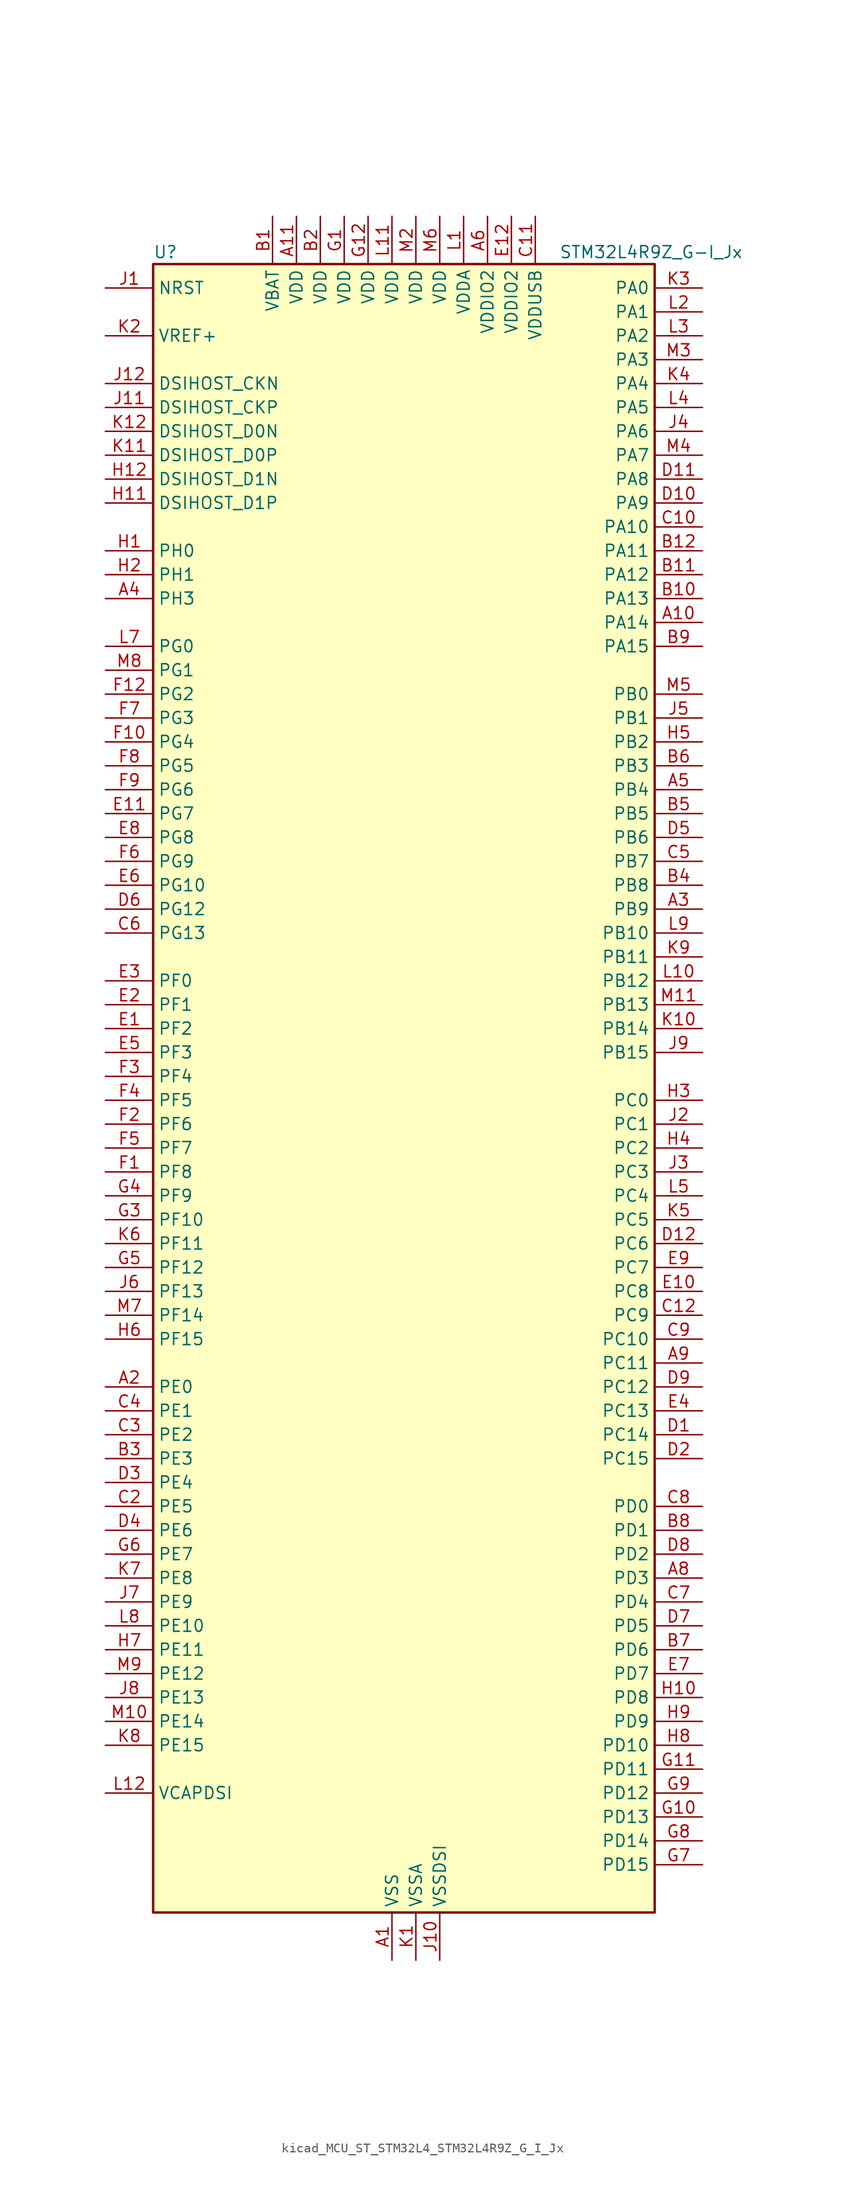
<source format=kicad_sym>
(kicad_symbol_lib
  (version 20220914)
  (generator kicad_symbol_editor)
  (symbol "kicad_MCU_ST_STM32L4_STM32L4R9Z_G_I_Jx"
    (property "Reference" "U"
      (at -25.4 90.17 0)
      (effects (font (size 1.27 1.27)) (justify left)))
    (property "Value" "STM32L4R9Z_G-I_Jx"
      (at 17.78 90.17 0)
      (effects (font (size 1.27 1.27)) (justify left)))
    (property "ki_locked" ""
      (at 0 0 0)
      (effects (font (size 1.27 1.27))))
    (symbol "kicad_MCU_ST_STM32L4_STM32L4R9Z_G_I_Jx_0_1"
      (rectangle (start -25.4 -86.36) (end 27.94 88.9) (stroke (width 0.254) (type default)) (fill (type background))))
    (symbol "kicad_MCU_ST_STM32L4_STM32L4R9Z_G_I_Jx_1_1"
      (pin power_in line (at 0 -91.44 90) (length 5.08) (name "VSS" (effects (font (size 1.27 1.27)))) (number "A1" (effects (font (size 1.27 1.27)))))
      (pin bidirectional line (at 33.02 50.8 180) (length 5.08) (name "PA14" (effects (font (size 1.27 1.27)))) (number "A10" (effects (font (size 1.27 1.27)))) (alternate "I2C1_SMBA" bidirectional line) (alternate "I2C4_SMBA" bidirectional line) (alternate "LPTIM1_OUT" bidirectional line) (alternate "SAI1_FS_B" bidirectional line) (alternate "SYS_JTCK-SWCLK" bidirectional line) (alternate "USB_OTG_FS_SOF" bidirectional line))
      (pin power_in line (at -10.16 93.98 270) (length 5.08) (name "VDD" (effects (font (size 1.27 1.27)))) (number "A11" (effects (font (size 1.27 1.27)))))
      (pin passive line (at 0 -91.44 90) (length 5.08) hide (name "VSS" (effects (font (size 1.27 1.27)))) (number "A12" (effects (font (size 1.27 1.27)))))
      (pin bidirectional line (at -30.48 -30.48 0) (length 5.08) (name "PE0" (effects (font (size 1.27 1.27)))) (number "A2" (effects (font (size 1.27 1.27)))) (alternate "DCMI_D2" bidirectional line) (alternate "FMC_NBL0" bidirectional line) (alternate "LTDC_HSYNC" bidirectional line) (alternate "TIM16_CH1" bidirectional line) (alternate "TIM4_ETR" bidirectional line))
      (pin bidirectional line (at 33.02 20.32 180) (length 5.08) (name "PB9" (effects (font (size 1.27 1.27)))) (number "A3" (effects (font (size 1.27 1.27)))) (alternate "CAN1_TX" bidirectional line) (alternate "DAC1_EXTI9" bidirectional line) (alternate "DCMI_D7" bidirectional line) (alternate "DFSDM1_CKIN6" bidirectional line) (alternate "I2C1_SDA" bidirectional line) (alternate "IR_OUT" bidirectional line) (alternate "SAI1_D2" bidirectional line) (alternate "SAI1_FS_A" bidirectional line) (alternate "SDMMC1_CDIR" bidirectional line) (alternate "SDMMC1_D5" bidirectional line) (alternate "SPI2_NSS" bidirectional line) (alternate "TIM17_CH1" bidirectional line) (alternate "TIM4_CH4" bidirectional line))
      (pin bidirectional line (at -30.48 53.34 0) (length 5.08) (name "PH3" (effects (font (size 1.27 1.27)))) (number "A4" (effects (font (size 1.27 1.27)))))
      (pin bidirectional line (at 33.02 33.02 180) (length 5.08) (name "PB4" (effects (font (size 1.27 1.27)))) (number "A5" (effects (font (size 1.27 1.27)))) (alternate "COMP2_INP" bidirectional line) (alternate "DCMI_D12" bidirectional line) (alternate "I2C3_SDA" bidirectional line) (alternate "SAI1_MCLK_B" bidirectional line) (alternate "SPI1_MISO" bidirectional line) (alternate "SPI3_MISO" bidirectional line) (alternate "SYS_JTRST" bidirectional line) (alternate "TIM17_BKIN" bidirectional line) (alternate "TIM3_CH1" bidirectional line) (alternate "TSC_G2_IO1" bidirectional line) (alternate "UART5_DE" bidirectional line) (alternate "UART5_RTS" bidirectional line) (alternate "USART1_CTS" bidirectional line) (alternate "USART1_NSS" bidirectional line))
      (pin power_in line (at 10.16 93.98 270) (length 5.08) (name "VDDIO2" (effects (font (size 1.27 1.27)))) (number "A6" (effects (font (size 1.27 1.27)))))
      (pin passive line (at 0 -91.44 90) (length 5.08) hide (name "VSS" (effects (font (size 1.27 1.27)))) (number "A7" (effects (font (size 1.27 1.27)))))
      (pin bidirectional line (at 33.02 -50.8 180) (length 5.08) (name "PD3" (effects (font (size 1.27 1.27)))) (number "A8" (effects (font (size 1.27 1.27)))) (alternate "DCMI_D5" bidirectional line) (alternate "DFSDM1_DATIN0" bidirectional line) (alternate "FMC_CLK" bidirectional line) (alternate "LTDC_CLK" bidirectional line) (alternate "OCTOSPIM_P2_NCS" bidirectional line) (alternate "SPI2_MISO" bidirectional line) (alternate "SPI2_SCK" bidirectional line) (alternate "USART2_CTS" bidirectional line) (alternate "USART2_NSS" bidirectional line))
      (pin bidirectional line (at 33.02 -27.94 180) (length 5.08) (name "PC11" (effects (font (size 1.27 1.27)))) (number "A9" (effects (font (size 1.27 1.27)))) (alternate "ADC1_EXTI11" bidirectional line) (alternate "DCMI_D2" bidirectional line) (alternate "DCMI_D4" bidirectional line) (alternate "OCTOSPIM_P1_NCS" bidirectional line) (alternate "SAI2_MCLK_B" bidirectional line) (alternate "SDMMC1_D3" bidirectional line) (alternate "SPI3_MISO" bidirectional line) (alternate "TSC_G3_IO3" bidirectional line) (alternate "UART4_RX" bidirectional line) (alternate "USART3_RX" bidirectional line))
      (pin power_in line (at -12.7 93.98 270) (length 5.08) (name "VBAT" (effects (font (size 1.27 1.27)))) (number "B1" (effects (font (size 1.27 1.27)))))
      (pin bidirectional line (at 33.02 53.34 180) (length 5.08) (name "PA13" (effects (font (size 1.27 1.27)))) (number "B10" (effects (font (size 1.27 1.27)))) (alternate "IR_OUT" bidirectional line) (alternate "SAI1_SD_B" bidirectional line) (alternate "SYS_JTMS-SWDIO" bidirectional line) (alternate "USB_OTG_FS_NOE" bidirectional line))
      (pin bidirectional line (at 33.02 55.88 180) (length 5.08) (name "PA12" (effects (font (size 1.27 1.27)))) (number "B11" (effects (font (size 1.27 1.27)))) (alternate "CAN1_TX" bidirectional line) (alternate "SPI1_MOSI" bidirectional line) (alternate "TIM1_ETR" bidirectional line) (alternate "USART1_DE" bidirectional line) (alternate "USART1_RTS" bidirectional line) (alternate "USB_OTG_FS_DP" bidirectional line))
      (pin bidirectional line (at 33.02 58.42 180) (length 5.08) (name "PA11" (effects (font (size 1.27 1.27)))) (number "B12" (effects (font (size 1.27 1.27)))) (alternate "ADC1_EXTI11" bidirectional line) (alternate "CAN1_RX" bidirectional line) (alternate "SPI1_MISO" bidirectional line) (alternate "TIM1_BKIN2" bidirectional line) (alternate "TIM1_CH4" bidirectional line) (alternate "USART1_CTS" bidirectional line) (alternate "USART1_NSS" bidirectional line) (alternate "USB_OTG_FS_DM" bidirectional line))
      (pin power_in line (at -7.62 93.98 270) (length 5.08) (name "VDD" (effects (font (size 1.27 1.27)))) (number "B2" (effects (font (size 1.27 1.27)))))
      (pin bidirectional line (at -30.48 -38.1 0) (length 5.08) (name "PE3" (effects (font (size 1.27 1.27)))) (number "B3" (effects (font (size 1.27 1.27)))) (alternate "FMC_A19" bidirectional line) (alternate "LTDC_R1" bidirectional line) (alternate "OCTOSPIM_P1_DQS" bidirectional line) (alternate "SAI1_SD_B" bidirectional line) (alternate "SYS_TRACED0" bidirectional line) (alternate "TIM3_CH1" bidirectional line) (alternate "TSC_G7_IO2" bidirectional line))
      (pin bidirectional line (at 33.02 22.86 180) (length 5.08) (name "PB8" (effects (font (size 1.27 1.27)))) (number "B4" (effects (font (size 1.27 1.27)))) (alternate "CAN1_RX" bidirectional line) (alternate "DCMI_D6" bidirectional line) (alternate "DFSDM1_CKOUT" bidirectional line) (alternate "DFSDM1_DATIN6" bidirectional line) (alternate "I2C1_SCL" bidirectional line) (alternate "LTDC_B1" bidirectional line) (alternate "SAI1_CK1" bidirectional line) (alternate "SAI1_MCLK_A" bidirectional line) (alternate "SDMMC1_CKIN" bidirectional line) (alternate "SDMMC1_D4" bidirectional line) (alternate "TIM16_CH1" bidirectional line) (alternate "TIM4_CH3" bidirectional line))
      (pin bidirectional line (at 33.02 30.48 180) (length 5.08) (name "PB5" (effects (font (size 1.27 1.27)))) (number "B5" (effects (font (size 1.27 1.27)))) (alternate "COMP2_OUT" bidirectional line) (alternate "DCMI_D10" bidirectional line) (alternate "I2C1_SMBA" bidirectional line) (alternate "LPTIM1_IN1" bidirectional line) (alternate "SAI1_SD_B" bidirectional line) (alternate "SPI1_MOSI" bidirectional line) (alternate "SPI3_MOSI" bidirectional line) (alternate "TIM16_BKIN" bidirectional line) (alternate "TIM3_CH2" bidirectional line) (alternate "TSC_G2_IO2" bidirectional line) (alternate "UART5_CTS" bidirectional line) (alternate "USART1_CK" bidirectional line))
      (pin bidirectional line (at 33.02 35.56 180) (length 5.08) (name "PB3" (effects (font (size 1.27 1.27)))) (number "B6" (effects (font (size 1.27 1.27)))) (alternate "COMP2_INM" bidirectional line) (alternate "CRS_SYNC" bidirectional line) (alternate "SAI1_SCK_B" bidirectional line) (alternate "SPI1_SCK" bidirectional line) (alternate "SPI3_SCK" bidirectional line) (alternate "SYS_JTDO-SWO" bidirectional line) (alternate "TIM2_CH2" bidirectional line) (alternate "USART1_DE" bidirectional line) (alternate "USART1_RTS" bidirectional line))
      (pin bidirectional line (at 33.02 -58.42 180) (length 5.08) (name "PD6" (effects (font (size 1.27 1.27)))) (number "B7" (effects (font (size 1.27 1.27)))) (alternate "DCMI_D10" bidirectional line) (alternate "DFSDM1_DATIN1" bidirectional line) (alternate "FMC_NWAIT" bidirectional line) (alternate "LTDC_DE" bidirectional line) (alternate "OCTOSPIM_P1_IO6" bidirectional line) (alternate "SAI1_D1" bidirectional line) (alternate "SAI1_SD_A" bidirectional line) (alternate "SPI3_MOSI" bidirectional line) (alternate "USART2_RX" bidirectional line))
      (pin bidirectional line (at 33.02 -45.72 180) (length 5.08) (name "PD1" (effects (font (size 1.27 1.27)))) (number "B8" (effects (font (size 1.27 1.27)))) (alternate "CAN1_TX" bidirectional line) (alternate "DFSDM1_CKIN7" bidirectional line) (alternate "FMC_D3" bidirectional line) (alternate "FMC_DA3" bidirectional line) (alternate "LTDC_B5" bidirectional line) (alternate "SPI2_SCK" bidirectional line))
      (pin bidirectional line (at 33.02 48.26 180) (length 5.08) (name "PA15" (effects (font (size 1.27 1.27)))) (number "B9" (effects (font (size 1.27 1.27)))) (alternate "ADC1_EXTI15" bidirectional line) (alternate "SAI2_FS_B" bidirectional line) (alternate "SPI1_NSS" bidirectional line) (alternate "SPI3_NSS" bidirectional line) (alternate "SYS_JTDI" bidirectional line) (alternate "TIM2_CH1" bidirectional line) (alternate "TIM2_ETR" bidirectional line) (alternate "TSC_G3_IO1" bidirectional line) (alternate "UART4_DE" bidirectional line) (alternate "UART4_RTS" bidirectional line) (alternate "USART2_RX" bidirectional line) (alternate "USART3_DE" bidirectional line) (alternate "USART3_RTS" bidirectional line))
      (pin passive line (at 0 -91.44 90) (length 5.08) hide (name "VSS" (effects (font (size 1.27 1.27)))) (number "C1" (effects (font (size 1.27 1.27)))))
      (pin bidirectional line (at 33.02 60.96 180) (length 5.08) (name "PA10" (effects (font (size 1.27 1.27)))) (number "C10" (effects (font (size 1.27 1.27)))) (alternate "DCMI_D1" bidirectional line) (alternate "SAI1_D1" bidirectional line) (alternate "SAI1_SD_A" bidirectional line) (alternate "TIM17_BKIN" bidirectional line) (alternate "TIM1_CH3" bidirectional line) (alternate "USART1_RX" bidirectional line) (alternate "USB_OTG_FS_ID" bidirectional line))
      (pin power_in line (at 15.24 93.98 270) (length 5.08) (name "VDDUSB" (effects (font (size 1.27 1.27)))) (number "C11" (effects (font (size 1.27 1.27)))))
      (pin bidirectional line (at 33.02 -22.86 180) (length 5.08) (name "PC9" (effects (font (size 1.27 1.27)))) (number "C12" (effects (font (size 1.27 1.27)))) (alternate "DAC1_EXTI9" bidirectional line) (alternate "DCMI_D3" bidirectional line) (alternate "I2C3_SDA" bidirectional line) (alternate "SAI2_EXTCLK" bidirectional line) (alternate "SDMMC1_D1" bidirectional line) (alternate "SYS_TRACED0" bidirectional line) (alternate "TIM3_CH4" bidirectional line) (alternate "TIM8_BKIN2" bidirectional line) (alternate "TIM8_CH4" bidirectional line) (alternate "TSC_G4_IO4" bidirectional line) (alternate "USB_OTG_FS_NOE" bidirectional line))
      (pin bidirectional line (at -30.48 -43.18 0) (length 5.08) (name "PE5" (effects (font (size 1.27 1.27)))) (number "C2" (effects (font (size 1.27 1.27)))) (alternate "DCMI_D6" bidirectional line) (alternate "DFSDM1_CKIN3" bidirectional line) (alternate "FMC_A21" bidirectional line) (alternate "LTDC_G0" bidirectional line) (alternate "SAI1_CK2" bidirectional line) (alternate "SAI1_SCK_A" bidirectional line) (alternate "SYS_TRACED2" bidirectional line) (alternate "TIM3_CH3" bidirectional line) (alternate "TSC_G7_IO4" bidirectional line))
      (pin bidirectional line (at -30.48 -35.56 0) (length 5.08) (name "PE2" (effects (font (size 1.27 1.27)))) (number "C3" (effects (font (size 1.27 1.27)))) (alternate "FMC_A23" bidirectional line) (alternate "LTDC_R0" bidirectional line) (alternate "SAI1_CK1" bidirectional line) (alternate "SAI1_MCLK_A" bidirectional line) (alternate "SYS_TRACECLK" bidirectional line) (alternate "TIM3_ETR" bidirectional line) (alternate "TSC_G7_IO1" bidirectional line))
      (pin bidirectional line (at -30.48 -33.02 0) (length 5.08) (name "PE1" (effects (font (size 1.27 1.27)))) (number "C4" (effects (font (size 1.27 1.27)))) (alternate "DCMI_D3" bidirectional line) (alternate "FMC_NBL1" bidirectional line) (alternate "LTDC_VSYNC" bidirectional line) (alternate "TIM17_CH1" bidirectional line))
      (pin bidirectional line (at 33.02 25.4 180) (length 5.08) (name "PB7" (effects (font (size 1.27 1.27)))) (number "C5" (effects (font (size 1.27 1.27)))) (alternate "COMP2_INM" bidirectional line) (alternate "DCMI_VSYNC" bidirectional line) (alternate "DFSDM1_CKIN5" bidirectional line) (alternate "DSIHOST_TE" bidirectional line) (alternate "FMC_NL" bidirectional line) (alternate "I2C1_SDA" bidirectional line) (alternate "I2C4_SDA" bidirectional line) (alternate "LPTIM1_IN2" bidirectional line) (alternate "SYS_PVD_IN" bidirectional line) (alternate "TIM17_CH1N" bidirectional line) (alternate "TIM4_CH2" bidirectional line) (alternate "TIM8_BKIN" bidirectional line) (alternate "TSC_G2_IO4" bidirectional line) (alternate "UART4_CTS" bidirectional line) (alternate "USART1_RX" bidirectional line))
      (pin bidirectional line (at -30.48 17.78 0) (length 5.08) (name "PG13" (effects (font (size 1.27 1.27)))) (number "C6" (effects (font (size 1.27 1.27)))) (alternate "FMC_A24" bidirectional line) (alternate "I2C1_SDA" bidirectional line) (alternate "LTDC_R0" bidirectional line) (alternate "USART1_CK" bidirectional line))
      (pin bidirectional line (at 33.02 -53.34 180) (length 5.08) (name "PD4" (effects (font (size 1.27 1.27)))) (number "C7" (effects (font (size 1.27 1.27)))) (alternate "DFSDM1_CKIN0" bidirectional line) (alternate "FMC_NOE" bidirectional line) (alternate "OCTOSPIM_P1_IO4" bidirectional line) (alternate "SPI2_MOSI" bidirectional line) (alternate "USART2_DE" bidirectional line) (alternate "USART2_RTS" bidirectional line))
      (pin bidirectional line (at 33.02 -43.18 180) (length 5.08) (name "PD0" (effects (font (size 1.27 1.27)))) (number "C8" (effects (font (size 1.27 1.27)))) (alternate "CAN1_RX" bidirectional line) (alternate "DFSDM1_DATIN7" bidirectional line) (alternate "FMC_D2" bidirectional line) (alternate "FMC_DA2" bidirectional line) (alternate "LTDC_B4" bidirectional line) (alternate "SPI2_NSS" bidirectional line))
      (pin bidirectional line (at 33.02 -25.4 180) (length 5.08) (name "PC10" (effects (font (size 1.27 1.27)))) (number "C9" (effects (font (size 1.27 1.27)))) (alternate "DCMI_D8" bidirectional line) (alternate "SAI2_SCK_B" bidirectional line) (alternate "SDMMC1_D2" bidirectional line) (alternate "SPI3_SCK" bidirectional line) (alternate "SYS_TRACED1" bidirectional line) (alternate "TSC_G3_IO2" bidirectional line) (alternate "UART4_TX" bidirectional line) (alternate "USART3_TX" bidirectional line))
      (pin bidirectional line (at 33.02 -35.56 180) (length 5.08) (name "PC14" (effects (font (size 1.27 1.27)))) (number "D1" (effects (font (size 1.27 1.27)))) (alternate "RCC_OSC32_IN" bidirectional line))
      (pin bidirectional line (at 33.02 63.5 180) (length 5.08) (name "PA9" (effects (font (size 1.27 1.27)))) (number "D10" (effects (font (size 1.27 1.27)))) (alternate "DAC1_EXTI9" bidirectional line) (alternate "DCMI_D0" bidirectional line) (alternate "SAI1_FS_A" bidirectional line) (alternate "SPI2_SCK" bidirectional line) (alternate "TIM15_BKIN" bidirectional line) (alternate "TIM1_CH2" bidirectional line) (alternate "USART1_TX" bidirectional line) (alternate "USB_OTG_FS_VBUS" bidirectional line))
      (pin bidirectional line (at 33.02 66.04 180) (length 5.08) (name "PA8" (effects (font (size 1.27 1.27)))) (number "D11" (effects (font (size 1.27 1.27)))) (alternate "LPTIM2_OUT" bidirectional line) (alternate "RCC_MCO" bidirectional line) (alternate "SAI1_CK2" bidirectional line) (alternate "SAI1_SCK_A" bidirectional line) (alternate "TIM1_CH1" bidirectional line) (alternate "USART1_CK" bidirectional line) (alternate "USB_OTG_FS_SOF" bidirectional line))
      (pin bidirectional line (at 33.02 -15.24 180) (length 5.08) (name "PC6" (effects (font (size 1.27 1.27)))) (number "D12" (effects (font (size 1.27 1.27)))) (alternate "DCMI_D0" bidirectional line) (alternate "DFSDM1_CKIN3" bidirectional line) (alternate "LTDC_R0" bidirectional line) (alternate "SAI2_MCLK_A" bidirectional line) (alternate "SDMMC1_D0DIR" bidirectional line) (alternate "SDMMC1_D6" bidirectional line) (alternate "TIM3_CH1" bidirectional line) (alternate "TIM8_CH1" bidirectional line) (alternate "TSC_G4_IO1" bidirectional line))
      (pin bidirectional line (at 33.02 -38.1 180) (length 5.08) (name "PC15" (effects (font (size 1.27 1.27)))) (number "D2" (effects (font (size 1.27 1.27)))) (alternate "ADC1_EXTI15" bidirectional line) (alternate "RCC_OSC32_OUT" bidirectional line))
      (pin bidirectional line (at -30.48 -40.64 0) (length 5.08) (name "PE4" (effects (font (size 1.27 1.27)))) (number "D3" (effects (font (size 1.27 1.27)))) (alternate "DCMI_D4" bidirectional line) (alternate "DFSDM1_DATIN3" bidirectional line) (alternate "FMC_A20" bidirectional line) (alternate "LTDC_B0" bidirectional line) (alternate "SAI1_D2" bidirectional line) (alternate "SAI1_FS_A" bidirectional line) (alternate "SYS_TRACED1" bidirectional line) (alternate "TIM3_CH2" bidirectional line) (alternate "TSC_G7_IO3" bidirectional line))
      (pin bidirectional line (at -30.48 -45.72 0) (length 5.08) (name "PE6" (effects (font (size 1.27 1.27)))) (number "D4" (effects (font (size 1.27 1.27)))) (alternate "DCMI_D7" bidirectional line) (alternate "FMC_A22" bidirectional line) (alternate "LTDC_G1" bidirectional line) (alternate "RTC_TAMP3" bidirectional line) (alternate "SAI1_D1" bidirectional line) (alternate "SAI1_SD_A" bidirectional line) (alternate "SYS_TRACED3" bidirectional line) (alternate "SYS_WKUP3" bidirectional line) (alternate "TIM3_CH4" bidirectional line))
      (pin bidirectional line (at 33.02 27.94 180) (length 5.08) (name "PB6" (effects (font (size 1.27 1.27)))) (number "D5" (effects (font (size 1.27 1.27)))) (alternate "COMP2_INP" bidirectional line) (alternate "DCMI_D5" bidirectional line) (alternate "DFSDM1_DATIN5" bidirectional line) (alternate "I2C1_SCL" bidirectional line) (alternate "I2C4_SCL" bidirectional line) (alternate "LPTIM1_ETR" bidirectional line) (alternate "SAI1_FS_B" bidirectional line) (alternate "TIM16_CH1N" bidirectional line) (alternate "TIM4_CH1" bidirectional line) (alternate "TIM8_BKIN2" bidirectional line) (alternate "TSC_G2_IO3" bidirectional line) (alternate "USART1_TX" bidirectional line))
      (pin bidirectional line (at -30.48 20.32 0) (length 5.08) (name "PG12" (effects (font (size 1.27 1.27)))) (number "D6" (effects (font (size 1.27 1.27)))) (alternate "FMC_NE4" bidirectional line) (alternate "LPTIM1_ETR" bidirectional line) (alternate "OCTOSPIM_P2_NCS" bidirectional line) (alternate "SAI2_SD_A" bidirectional line) (alternate "SPI3_NSS" bidirectional line) (alternate "USART1_DE" bidirectional line) (alternate "USART1_RTS" bidirectional line))
      (pin bidirectional line (at 33.02 -55.88 180) (length 5.08) (name "PD5" (effects (font (size 1.27 1.27)))) (number "D7" (effects (font (size 1.27 1.27)))) (alternate "FMC_NWE" bidirectional line) (alternate "OCTOSPIM_P1_IO5" bidirectional line) (alternate "USART2_TX" bidirectional line))
      (pin bidirectional line (at 33.02 -48.26 180) (length 5.08) (name "PD2" (effects (font (size 1.27 1.27)))) (number "D8" (effects (font (size 1.27 1.27)))) (alternate "DCMI_D11" bidirectional line) (alternate "SDMMC1_CMD" bidirectional line) (alternate "SYS_TRACED2" bidirectional line) (alternate "TIM3_ETR" bidirectional line) (alternate "TSC_SYNC" bidirectional line) (alternate "UART5_RX" bidirectional line) (alternate "USART3_DE" bidirectional line) (alternate "USART3_RTS" bidirectional line))
      (pin bidirectional line (at 33.02 -30.48 180) (length 5.08) (name "PC12" (effects (font (size 1.27 1.27)))) (number "D9" (effects (font (size 1.27 1.27)))) (alternate "DCMI_D9" bidirectional line) (alternate "SAI2_SD_B" bidirectional line) (alternate "SDMMC1_CK" bidirectional line) (alternate "SPI3_MOSI" bidirectional line) (alternate "SYS_TRACED3" bidirectional line) (alternate "TSC_G3_IO4" bidirectional line) (alternate "UART5_TX" bidirectional line) (alternate "USART3_CK" bidirectional line))
      (pin bidirectional line (at -30.48 7.62 0) (length 5.08) (name "PF2" (effects (font (size 1.27 1.27)))) (number "E1" (effects (font (size 1.27 1.27)))) (alternate "FMC_A2" bidirectional line) (alternate "I2C2_SMBA" bidirectional line) (alternate "OCTOSPIM_P2_IO2" bidirectional line))
      (pin bidirectional line (at 33.02 -20.32 180) (length 5.08) (name "PC8" (effects (font (size 1.27 1.27)))) (number "E10" (effects (font (size 1.27 1.27)))) (alternate "DCMI_D2" bidirectional line) (alternate "SDMMC1_D0" bidirectional line) (alternate "TIM3_CH3" bidirectional line) (alternate "TIM8_CH3" bidirectional line) (alternate "TSC_G4_IO3" bidirectional line))
      (pin bidirectional line (at -30.48 30.48 0) (length 5.08) (name "PG7" (effects (font (size 1.27 1.27)))) (number "E11" (effects (font (size 1.27 1.27)))) (alternate "DFSDM1_CKOUT" bidirectional line) (alternate "FMC_INT" bidirectional line) (alternate "I2C3_SCL" bidirectional line) (alternate "LPUART1_TX" bidirectional line) (alternate "OCTOSPIM_P2_DQS" bidirectional line) (alternate "SAI1_CK1" bidirectional line) (alternate "SAI1_MCLK_A" bidirectional line))
      (pin power_in line (at 12.7 93.98 270) (length 5.08) (name "VDDIO2" (effects (font (size 1.27 1.27)))) (number "E12" (effects (font (size 1.27 1.27)))))
      (pin bidirectional line (at -30.48 10.16 0) (length 5.08) (name "PF1" (effects (font (size 1.27 1.27)))) (number "E2" (effects (font (size 1.27 1.27)))) (alternate "FMC_A1" bidirectional line) (alternate "I2C2_SCL" bidirectional line) (alternate "OCTOSPIM_P2_IO1" bidirectional line))
      (pin bidirectional line (at -30.48 12.7 0) (length 5.08) (name "PF0" (effects (font (size 1.27 1.27)))) (number "E3" (effects (font (size 1.27 1.27)))) (alternate "FMC_A0" bidirectional line) (alternate "I2C2_SDA" bidirectional line) (alternate "OCTOSPIM_P2_IO0" bidirectional line))
      (pin bidirectional line (at 33.02 -33.02 180) (length 5.08) (name "PC13" (effects (font (size 1.27 1.27)))) (number "E4" (effects (font (size 1.27 1.27)))) (alternate "RTC_OUT_ALARM" bidirectional line) (alternate "RTC_OUT_CALIB" bidirectional line) (alternate "RTC_TAMP1" bidirectional line) (alternate "RTC_TS" bidirectional line) (alternate "SYS_WKUP2" bidirectional line))
      (pin bidirectional line (at -30.48 5.08 0) (length 5.08) (name "PF3" (effects (font (size 1.27 1.27)))) (number "E5" (effects (font (size 1.27 1.27)))) (alternate "FMC_A3" bidirectional line) (alternate "OCTOSPIM_P2_IO3" bidirectional line))
      (pin bidirectional line (at -30.48 22.86 0) (length 5.08) (name "PG10" (effects (font (size 1.27 1.27)))) (number "E6" (effects (font (size 1.27 1.27)))) (alternate "FMC_NE3" bidirectional line) (alternate "LPTIM1_IN1" bidirectional line) (alternate "OCTOSPIM_P2_IO7" bidirectional line) (alternate "SAI2_FS_A" bidirectional line) (alternate "SPI3_MISO" bidirectional line) (alternate "TIM15_CH1" bidirectional line) (alternate "USART1_RX" bidirectional line))
      (pin bidirectional line (at 33.02 -60.96 180) (length 5.08) (name "PD7" (effects (font (size 1.27 1.27)))) (number "E7" (effects (font (size 1.27 1.27)))) (alternate "DFSDM1_CKIN1" bidirectional line) (alternate "FMC_NCE" bidirectional line) (alternate "FMC_NE1" bidirectional line) (alternate "OCTOSPIM_P1_IO7" bidirectional line) (alternate "USART2_CK" bidirectional line))
      (pin bidirectional line (at -30.48 27.94 0) (length 5.08) (name "PG8" (effects (font (size 1.27 1.27)))) (number "E8" (effects (font (size 1.27 1.27)))) (alternate "I2C3_SDA" bidirectional line) (alternate "LPUART1_RX" bidirectional line))
      (pin bidirectional line (at 33.02 -17.78 180) (length 5.08) (name "PC7" (effects (font (size 1.27 1.27)))) (number "E9" (effects (font (size 1.27 1.27)))) (alternate "DCMI_D1" bidirectional line) (alternate "DFSDM1_DATIN3" bidirectional line) (alternate "LTDC_R1" bidirectional line) (alternate "SAI2_MCLK_B" bidirectional line) (alternate "SDMMC1_D123DIR" bidirectional line) (alternate "SDMMC1_D7" bidirectional line) (alternate "TIM3_CH2" bidirectional line) (alternate "TIM8_CH2" bidirectional line) (alternate "TSC_G4_IO2" bidirectional line))
      (pin bidirectional line (at -30.48 -7.62 0) (length 5.08) (name "PF8" (effects (font (size 1.27 1.27)))) (number "F1" (effects (font (size 1.27 1.27)))) (alternate "OCTOSPIM_P1_IO0" bidirectional line) (alternate "SAI1_SCK_B" bidirectional line) (alternate "TIM5_CH3" bidirectional line))
      (pin bidirectional line (at -30.48 38.1 0) (length 5.08) (name "PG4" (effects (font (size 1.27 1.27)))) (number "F10" (effects (font (size 1.27 1.27)))) (alternate "FMC_A14" bidirectional line) (alternate "SAI2_MCLK_B" bidirectional line) (alternate "SPI1_MOSI" bidirectional line))
      (pin passive line (at 0 -91.44 90) (length 5.08) hide (name "VSS" (effects (font (size 1.27 1.27)))) (number "F11" (effects (font (size 1.27 1.27)))))
      (pin bidirectional line (at -30.48 43.18 0) (length 5.08) (name "PG2" (effects (font (size 1.27 1.27)))) (number "F12" (effects (font (size 1.27 1.27)))) (alternate "FMC_A12" bidirectional line) (alternate "SAI2_SCK_B" bidirectional line) (alternate "SPI1_SCK" bidirectional line))
      (pin bidirectional line (at -30.48 -2.54 0) (length 5.08) (name "PF6" (effects (font (size 1.27 1.27)))) (number "F2" (effects (font (size 1.27 1.27)))) (alternate "OCTOSPIM_P1_IO3" bidirectional line) (alternate "SAI1_SD_B" bidirectional line) (alternate "TIM5_CH1" bidirectional line) (alternate "TIM5_ETR" bidirectional line))
      (pin bidirectional line (at -30.48 2.54 0) (length 5.08) (name "PF4" (effects (font (size 1.27 1.27)))) (number "F3" (effects (font (size 1.27 1.27)))) (alternate "FMC_A4" bidirectional line) (alternate "OCTOSPIM_P2_CLK" bidirectional line))
      (pin bidirectional line (at -30.48 0 0) (length 5.08) (name "PF5" (effects (font (size 1.27 1.27)))) (number "F4" (effects (font (size 1.27 1.27)))) (alternate "FMC_A5" bidirectional line))
      (pin bidirectional line (at -30.48 -5.08 0) (length 5.08) (name "PF7" (effects (font (size 1.27 1.27)))) (number "F5" (effects (font (size 1.27 1.27)))) (alternate "OCTOSPIM_P1_IO2" bidirectional line) (alternate "SAI1_MCLK_B" bidirectional line) (alternate "TIM5_CH2" bidirectional line))
      (pin bidirectional line (at -30.48 25.4 0) (length 5.08) (name "PG9" (effects (font (size 1.27 1.27)))) (number "F6" (effects (font (size 1.27 1.27)))) (alternate "DAC1_EXTI9" bidirectional line) (alternate "FMC_NCE" bidirectional line) (alternate "FMC_NE2" bidirectional line) (alternate "OCTOSPIM_P2_IO6" bidirectional line) (alternate "SAI2_SCK_A" bidirectional line) (alternate "SPI3_SCK" bidirectional line) (alternate "TIM15_CH1N" bidirectional line) (alternate "USART1_TX" bidirectional line))
      (pin bidirectional line (at -30.48 40.64 0) (length 5.08) (name "PG3" (effects (font (size 1.27 1.27)))) (number "F7" (effects (font (size 1.27 1.27)))) (alternate "FMC_A13" bidirectional line) (alternate "SAI2_FS_B" bidirectional line) (alternate "SPI1_MISO" bidirectional line))
      (pin bidirectional line (at -30.48 35.56 0) (length 5.08) (name "PG5" (effects (font (size 1.27 1.27)))) (number "F8" (effects (font (size 1.27 1.27)))) (alternate "FMC_A15" bidirectional line) (alternate "LPUART1_CTS" bidirectional line) (alternate "SAI2_SD_B" bidirectional line) (alternate "SPI1_NSS" bidirectional line))
      (pin bidirectional line (at -30.48 33.02 0) (length 5.08) (name "PG6" (effects (font (size 1.27 1.27)))) (number "F9" (effects (font (size 1.27 1.27)))) (alternate "DSIHOST_TE" bidirectional line) (alternate "I2C3_SMBA" bidirectional line) (alternate "LPUART1_DE" bidirectional line) (alternate "LPUART1_RTS" bidirectional line) (alternate "LTDC_R1" bidirectional line) (alternate "OCTOSPIM_P1_DQS" bidirectional line))
      (pin power_in line (at -5.08 93.98 270) (length 5.08) (name "VDD" (effects (font (size 1.27 1.27)))) (number "G1" (effects (font (size 1.27 1.27)))))
      (pin bidirectional line (at 33.02 -76.2 180) (length 5.08) (name "PD13" (effects (font (size 1.27 1.27)))) (number "G10" (effects (font (size 1.27 1.27)))) (alternate "FMC_A18" bidirectional line) (alternate "I2C4_SDA" bidirectional line) (alternate "LPTIM2_OUT" bidirectional line) (alternate "TIM4_CH2" bidirectional line) (alternate "TSC_G6_IO4" bidirectional line))
      (pin bidirectional line (at 33.02 -71.12 180) (length 5.08) (name "PD11" (effects (font (size 1.27 1.27)))) (number "G11" (effects (font (size 1.27 1.27)))) (alternate "ADC1_EXTI11" bidirectional line) (alternate "FMC_A16" bidirectional line) (alternate "FMC_CLE" bidirectional line) (alternate "I2C4_SMBA" bidirectional line) (alternate "LPTIM2_ETR" bidirectional line) (alternate "LTDC_R6" bidirectional line) (alternate "SAI2_SD_A" bidirectional line) (alternate "TSC_G6_IO2" bidirectional line) (alternate "USART3_CTS" bidirectional line) (alternate "USART3_NSS" bidirectional line))
      (pin power_in line (at -2.54 93.98 270) (length 5.08) (name "VDD" (effects (font (size 1.27 1.27)))) (number "G12" (effects (font (size 1.27 1.27)))))
      (pin passive line (at 0 -91.44 90) (length 5.08) hide (name "VSS" (effects (font (size 1.27 1.27)))) (number "G2" (effects (font (size 1.27 1.27)))))
      (pin bidirectional line (at -30.48 -12.7 0) (length 5.08) (name "PF10" (effects (font (size 1.27 1.27)))) (number "G3" (effects (font (size 1.27 1.27)))) (alternate "DCMI_D11" bidirectional line) (alternate "DFSDM1_CKOUT" bidirectional line) (alternate "OCTOSPIM_P1_CLK" bidirectional line) (alternate "SAI1_D3" bidirectional line) (alternate "TIM15_CH2" bidirectional line))
      (pin bidirectional line (at -30.48 -10.16 0) (length 5.08) (name "PF9" (effects (font (size 1.27 1.27)))) (number "G4" (effects (font (size 1.27 1.27)))) (alternate "DAC1_EXTI9" bidirectional line) (alternate "OCTOSPIM_P1_IO1" bidirectional line) (alternate "SAI1_FS_B" bidirectional line) (alternate "TIM15_CH1" bidirectional line) (alternate "TIM5_CH4" bidirectional line))
      (pin bidirectional line (at -30.48 -17.78 0) (length 5.08) (name "PF12" (effects (font (size 1.27 1.27)))) (number "G5" (effects (font (size 1.27 1.27)))) (alternate "FMC_A6" bidirectional line) (alternate "LTDC_B0" bidirectional line) (alternate "OCTOSPIM_P2_DQS" bidirectional line))
      (pin bidirectional line (at -30.48 -48.26 0) (length 5.08) (name "PE7" (effects (font (size 1.27 1.27)))) (number "G6" (effects (font (size 1.27 1.27)))) (alternate "DFSDM1_DATIN2" bidirectional line) (alternate "FMC_D4" bidirectional line) (alternate "FMC_DA4" bidirectional line) (alternate "LTDC_B6" bidirectional line) (alternate "SAI1_SD_B" bidirectional line) (alternate "TIM1_ETR" bidirectional line))
      (pin bidirectional line (at 33.02 -81.28 180) (length 5.08) (name "PD15" (effects (font (size 1.27 1.27)))) (number "G7" (effects (font (size 1.27 1.27)))) (alternate "ADC1_EXTI15" bidirectional line) (alternate "FMC_D1" bidirectional line) (alternate "FMC_DA1" bidirectional line) (alternate "LTDC_B3" bidirectional line) (alternate "TIM4_CH4" bidirectional line))
      (pin bidirectional line (at 33.02 -78.74 180) (length 5.08) (name "PD14" (effects (font (size 1.27 1.27)))) (number "G8" (effects (font (size 1.27 1.27)))) (alternate "FMC_D0" bidirectional line) (alternate "FMC_DA0" bidirectional line) (alternate "LTDC_B2" bidirectional line) (alternate "TIM4_CH3" bidirectional line))
      (pin bidirectional line (at 33.02 -73.66 180) (length 5.08) (name "PD12" (effects (font (size 1.27 1.27)))) (number "G9" (effects (font (size 1.27 1.27)))) (alternate "FMC_A17" bidirectional line) (alternate "FMC_ALE" bidirectional line) (alternate "I2C4_SCL" bidirectional line) (alternate "LPTIM2_IN1" bidirectional line) (alternate "LTDC_R7" bidirectional line) (alternate "SAI2_FS_A" bidirectional line) (alternate "TIM4_CH1" bidirectional line) (alternate "TSC_G6_IO3" bidirectional line) (alternate "USART3_DE" bidirectional line) (alternate "USART3_RTS" bidirectional line))
      (pin bidirectional line (at -30.48 58.42 0) (length 5.08) (name "PH0" (effects (font (size 1.27 1.27)))) (number "H1" (effects (font (size 1.27 1.27)))) (alternate "RCC_OSC_IN" bidirectional line))
      (pin bidirectional line (at 33.02 -63.5 180) (length 5.08) (name "PD8" (effects (font (size 1.27 1.27)))) (number "H10" (effects (font (size 1.27 1.27)))) (alternate "DCMI_HSYNC" bidirectional line) (alternate "FMC_D13" bidirectional line) (alternate "FMC_DA13" bidirectional line) (alternate "LTDC_R3" bidirectional line) (alternate "USART3_TX" bidirectional line))
      (pin bidirectional line (at -30.48 63.5 0) (length 5.08) (name "DSIHOST_D1P" (effects (font (size 1.27 1.27)))) (number "H11" (effects (font (size 1.27 1.27)))) (alternate "DSIHOST_D1P" bidirectional line))
      (pin bidirectional line (at -30.48 66.04 0) (length 5.08) (name "DSIHOST_D1N" (effects (font (size 1.27 1.27)))) (number "H12" (effects (font (size 1.27 1.27)))) (alternate "DSIHOST_D1N" bidirectional line))
      (pin bidirectional line (at -30.48 55.88 0) (length 5.08) (name "PH1" (effects (font (size 1.27 1.27)))) (number "H2" (effects (font (size 1.27 1.27)))) (alternate "RCC_OSC_OUT" bidirectional line))
      (pin bidirectional line (at 33.02 0 180) (length 5.08) (name "PC0" (effects (font (size 1.27 1.27)))) (number "H3" (effects (font (size 1.27 1.27)))) (alternate "ADC1_IN1" bidirectional line) (alternate "DFSDM1_DATIN4" bidirectional line) (alternate "I2C3_SCL" bidirectional line) (alternate "LPTIM1_IN1" bidirectional line) (alternate "LPTIM2_IN1" bidirectional line) (alternate "LPUART1_RX" bidirectional line) (alternate "SAI2_FS_A" bidirectional line))
      (pin bidirectional line (at 33.02 -5.08 180) (length 5.08) (name "PC2" (effects (font (size 1.27 1.27)))) (number "H4" (effects (font (size 1.27 1.27)))) (alternate "ADC1_IN3" bidirectional line) (alternate "DFSDM1_CKOUT" bidirectional line) (alternate "LPTIM1_IN2" bidirectional line) (alternate "OCTOSPIM_P1_IO5" bidirectional line) (alternate "SPI2_MISO" bidirectional line))
      (pin bidirectional line (at 33.02 38.1 180) (length 5.08) (name "PB2" (effects (font (size 1.27 1.27)))) (number "H5" (effects (font (size 1.27 1.27)))) (alternate "COMP1_INP" bidirectional line) (alternate "DFSDM1_CKIN0" bidirectional line) (alternate "I2C3_SMBA" bidirectional line) (alternate "LPTIM1_OUT" bidirectional line) (alternate "LTDC_B1" bidirectional line) (alternate "OCTOSPIM_P1_DQS" bidirectional line) (alternate "RTC_OUT_ALARM" bidirectional line) (alternate "RTC_OUT_CALIB" bidirectional line))
      (pin bidirectional line (at -30.48 -25.4 0) (length 5.08) (name "PF15" (effects (font (size 1.27 1.27)))) (number "H6" (effects (font (size 1.27 1.27)))) (alternate "ADC1_EXTI15" bidirectional line) (alternate "FMC_A9" bidirectional line) (alternate "I2C4_SDA" bidirectional line) (alternate "LTDC_G1" bidirectional line) (alternate "TSC_G8_IO2" bidirectional line))
      (pin bidirectional line (at -30.48 -58.42 0) (length 5.08) (name "PE11" (effects (font (size 1.27 1.27)))) (number "H7" (effects (font (size 1.27 1.27)))) (alternate "ADC1_EXTI11" bidirectional line) (alternate "DFSDM1_CKIN4" bidirectional line) (alternate "FMC_D8" bidirectional line) (alternate "FMC_DA8" bidirectional line) (alternate "LTDC_G4" bidirectional line) (alternate "OCTOSPIM_P1_NCS" bidirectional line) (alternate "TIM1_CH2" bidirectional line) (alternate "TSC_G5_IO2" bidirectional line))
      (pin bidirectional line (at 33.02 -68.58 180) (length 5.08) (name "PD10" (effects (font (size 1.27 1.27)))) (number "H8" (effects (font (size 1.27 1.27)))) (alternate "FMC_D15" bidirectional line) (alternate "FMC_DA15" bidirectional line) (alternate "LTDC_R5" bidirectional line) (alternate "SAI2_SCK_A" bidirectional line) (alternate "TSC_G6_IO1" bidirectional line) (alternate "USART3_CK" bidirectional line))
      (pin bidirectional line (at 33.02 -66.04 180) (length 5.08) (name "PD9" (effects (font (size 1.27 1.27)))) (number "H9" (effects (font (size 1.27 1.27)))) (alternate "DAC1_EXTI9" bidirectional line) (alternate "DCMI_PIXCLK" bidirectional line) (alternate "FMC_D14" bidirectional line) (alternate "FMC_DA14" bidirectional line) (alternate "LTDC_R4" bidirectional line) (alternate "SAI2_MCLK_A" bidirectional line) (alternate "USART3_RX" bidirectional line))
      (pin input line (at -30.48 86.36 0) (length 5.08) (name "NRST" (effects (font (size 1.27 1.27)))) (number "J1" (effects (font (size 1.27 1.27)))))
      (pin power_in line (at 5.08 -91.44 90) (length 5.08) (name "VSSDSI" (effects (font (size 1.27 1.27)))) (number "J10" (effects (font (size 1.27 1.27)))))
      (pin bidirectional line (at -30.48 73.66 0) (length 5.08) (name "DSIHOST_CKP" (effects (font (size 1.27 1.27)))) (number "J11" (effects (font (size 1.27 1.27)))) (alternate "DSIHOST_CKP" bidirectional line))
      (pin bidirectional line (at -30.48 76.2 0) (length 5.08) (name "DSIHOST_CKN" (effects (font (size 1.27 1.27)))) (number "J12" (effects (font (size 1.27 1.27)))) (alternate "DSIHOST_CKN" bidirectional line))
      (pin bidirectional line (at 33.02 -2.54 180) (length 5.08) (name "PC1" (effects (font (size 1.27 1.27)))) (number "J2" (effects (font (size 1.27 1.27)))) (alternate "ADC1_IN2" bidirectional line) (alternate "DFSDM1_CKIN4" bidirectional line) (alternate "I2C3_SDA" bidirectional line) (alternate "LPTIM1_OUT" bidirectional line) (alternate "LPUART1_TX" bidirectional line) (alternate "OCTOSPIM_P1_IO4" bidirectional line) (alternate "SAI1_SD_A" bidirectional line) (alternate "SPI2_MOSI" bidirectional line) (alternate "SYS_TRACED0" bidirectional line))
      (pin bidirectional line (at 33.02 -7.62 180) (length 5.08) (name "PC3" (effects (font (size 1.27 1.27)))) (number "J3" (effects (font (size 1.27 1.27)))) (alternate "ADC1_IN4" bidirectional line) (alternate "LPTIM1_ETR" bidirectional line) (alternate "LPTIM2_ETR" bidirectional line) (alternate "OCTOSPIM_P1_IO6" bidirectional line) (alternate "SAI1_D1" bidirectional line) (alternate "SAI1_SD_A" bidirectional line) (alternate "SPI2_MOSI" bidirectional line))
      (pin bidirectional line (at 33.02 71.12 180) (length 5.08) (name "PA6" (effects (font (size 1.27 1.27)))) (number "J4" (effects (font (size 1.27 1.27)))) (alternate "ADC1_IN11" bidirectional line) (alternate "DCMI_PIXCLK" bidirectional line) (alternate "LPUART1_CTS" bidirectional line) (alternate "OCTOSPIM_P1_IO3" bidirectional line) (alternate "OPAMP2_VINP" bidirectional line) (alternate "SPI1_MISO" bidirectional line) (alternate "TIM16_CH1" bidirectional line) (alternate "TIM1_BKIN" bidirectional line) (alternate "TIM3_CH1" bidirectional line) (alternate "TIM8_BKIN" bidirectional line) (alternate "USART3_CTS" bidirectional line) (alternate "USART3_NSS" bidirectional line))
      (pin bidirectional line (at 33.02 40.64 180) (length 5.08) (name "PB1" (effects (font (size 1.27 1.27)))) (number "J5" (effects (font (size 1.27 1.27)))) (alternate "ADC1_IN16" bidirectional line) (alternate "COMP1_INM" bidirectional line) (alternate "DFSDM1_DATIN0" bidirectional line) (alternate "LPTIM2_IN1" bidirectional line) (alternate "LPUART1_DE" bidirectional line) (alternate "LPUART1_RTS" bidirectional line) (alternate "OCTOSPIM_P1_IO0" bidirectional line) (alternate "TIM1_CH3N" bidirectional line) (alternate "TIM3_CH4" bidirectional line) (alternate "TIM8_CH3N" bidirectional line) (alternate "USART3_DE" bidirectional line) (alternate "USART3_RTS" bidirectional line))
      (pin bidirectional line (at -30.48 -20.32 0) (length 5.08) (name "PF13" (effects (font (size 1.27 1.27)))) (number "J6" (effects (font (size 1.27 1.27)))) (alternate "DFSDM1_DATIN6" bidirectional line) (alternate "FMC_A7" bidirectional line) (alternate "I2C4_SMBA" bidirectional line) (alternate "LTDC_B1" bidirectional line))
      (pin bidirectional line (at -30.48 -53.34 0) (length 5.08) (name "PE9" (effects (font (size 1.27 1.27)))) (number "J7" (effects (font (size 1.27 1.27)))) (alternate "DAC1_EXTI9" bidirectional line) (alternate "DFSDM1_CKOUT" bidirectional line) (alternate "FMC_D6" bidirectional line) (alternate "FMC_DA6" bidirectional line) (alternate "LTDC_G2" bidirectional line) (alternate "SAI1_FS_B" bidirectional line) (alternate "TIM1_CH1" bidirectional line))
      (pin bidirectional line (at -30.48 -63.5 0) (length 5.08) (name "PE13" (effects (font (size 1.27 1.27)))) (number "J8" (effects (font (size 1.27 1.27)))) (alternate "DFSDM1_CKIN5" bidirectional line) (alternate "FMC_D10" bidirectional line) (alternate "FMC_DA10" bidirectional line) (alternate "LTDC_G6" bidirectional line) (alternate "OCTOSPIM_P1_IO1" bidirectional line) (alternate "SPI1_SCK" bidirectional line) (alternate "TIM1_CH3" bidirectional line) (alternate "TSC_G5_IO4" bidirectional line))
      (pin bidirectional line (at 33.02 5.08 180) (length 5.08) (name "PB15" (effects (font (size 1.27 1.27)))) (number "J9" (effects (font (size 1.27 1.27)))) (alternate "ADC1_EXTI15" bidirectional line) (alternate "DFSDM1_CKIN2" bidirectional line) (alternate "RTC_REFIN" bidirectional line) (alternate "SAI2_SD_A" bidirectional line) (alternate "SPI2_MOSI" bidirectional line) (alternate "TIM15_CH2" bidirectional line) (alternate "TIM1_CH3N" bidirectional line) (alternate "TIM8_CH3N" bidirectional line) (alternate "TSC_G1_IO4" bidirectional line))
      (pin power_in line (at 2.54 -91.44 90) (length 5.08) (name "VSSA" (effects (font (size 1.27 1.27)))) (number "K1" (effects (font (size 1.27 1.27)))))
      (pin bidirectional line (at 33.02 7.62 180) (length 5.08) (name "PB14" (effects (font (size 1.27 1.27)))) (number "K10" (effects (font (size 1.27 1.27)))) (alternate "DFSDM1_DATIN2" bidirectional line) (alternate "I2C2_SDA" bidirectional line) (alternate "SAI2_MCLK_A" bidirectional line) (alternate "SPI2_MISO" bidirectional line) (alternate "TIM15_CH1" bidirectional line) (alternate "TIM1_CH2N" bidirectional line) (alternate "TIM8_CH2N" bidirectional line) (alternate "TSC_G1_IO3" bidirectional line) (alternate "USART3_DE" bidirectional line) (alternate "USART3_RTS" bidirectional line))
      (pin bidirectional line (at -30.48 68.58 0) (length 5.08) (name "DSIHOST_D0P" (effects (font (size 1.27 1.27)))) (number "K11" (effects (font (size 1.27 1.27)))) (alternate "DSIHOST_D0P" bidirectional line))
      (pin bidirectional line (at -30.48 71.12 0) (length 5.08) (name "DSIHOST_D0N" (effects (font (size 1.27 1.27)))) (number "K12" (effects (font (size 1.27 1.27)))) (alternate "DSIHOST_D0N" bidirectional line))
      (pin input line (at -30.48 81.28 0) (length 5.08) (name "VREF+" (effects (font (size 1.27 1.27)))) (number "K2" (effects (font (size 1.27 1.27)))) (alternate "VREFBUF_OUT" bidirectional line))
      (pin bidirectional line (at 33.02 86.36 180) (length 5.08) (name "PA0" (effects (font (size 1.27 1.27)))) (number "K3" (effects (font (size 1.27 1.27)))) (alternate "ADC1_IN5" bidirectional line) (alternate "OPAMP1_VINP" bidirectional line) (alternate "RTC_TAMP2" bidirectional line) (alternate "SAI1_EXTCLK" bidirectional line) (alternate "SYS_WKUP1" bidirectional line) (alternate "TIM2_CH1" bidirectional line) (alternate "TIM2_ETR" bidirectional line) (alternate "TIM5_CH1" bidirectional line) (alternate "TIM8_ETR" bidirectional line) (alternate "UART4_TX" bidirectional line) (alternate "USART2_CTS" bidirectional line) (alternate "USART2_NSS" bidirectional line))
      (pin bidirectional line (at 33.02 76.2 180) (length 5.08) (name "PA4" (effects (font (size 1.27 1.27)))) (number "K4" (effects (font (size 1.27 1.27)))) (alternate "ADC1_IN9" bidirectional line) (alternate "DAC1_OUT1" bidirectional line) (alternate "DCMI_HSYNC" bidirectional line) (alternate "LPTIM2_OUT" bidirectional line) (alternate "OCTOSPIM_P1_NCS" bidirectional line) (alternate "SAI1_FS_B" bidirectional line) (alternate "SPI1_NSS" bidirectional line) (alternate "SPI3_NSS" bidirectional line) (alternate "USART2_CK" bidirectional line))
      (pin bidirectional line (at 33.02 -12.7 180) (length 5.08) (name "PC5" (effects (font (size 1.27 1.27)))) (number "K5" (effects (font (size 1.27 1.27)))) (alternate "ADC1_IN14" bidirectional line) (alternate "COMP1_INP" bidirectional line) (alternate "SAI1_D3" bidirectional line) (alternate "SYS_WKUP5" bidirectional line) (alternate "USART3_RX" bidirectional line))
      (pin bidirectional line (at -30.48 -15.24 0) (length 5.08) (name "PF11" (effects (font (size 1.27 1.27)))) (number "K6" (effects (font (size 1.27 1.27)))) (alternate "ADC1_EXTI11" bidirectional line) (alternate "DCMI_D12" bidirectional line) (alternate "DSIHOST_TE" bidirectional line) (alternate "LTDC_DE" bidirectional line))
      (pin bidirectional line (at -30.48 -50.8 0) (length 5.08) (name "PE8" (effects (font (size 1.27 1.27)))) (number "K7" (effects (font (size 1.27 1.27)))) (alternate "DFSDM1_CKIN2" bidirectional line) (alternate "FMC_D5" bidirectional line) (alternate "FMC_DA5" bidirectional line) (alternate "LTDC_B7" bidirectional line) (alternate "SAI1_SCK_B" bidirectional line) (alternate "TIM1_CH1N" bidirectional line))
      (pin bidirectional line (at -30.48 -68.58 0) (length 5.08) (name "PE15" (effects (font (size 1.27 1.27)))) (number "K8" (effects (font (size 1.27 1.27)))) (alternate "ADC1_EXTI15" bidirectional line) (alternate "FMC_D12" bidirectional line) (alternate "FMC_DA12" bidirectional line) (alternate "LTDC_R2" bidirectional line) (alternate "OCTOSPIM_P1_IO3" bidirectional line) (alternate "SPI1_MOSI" bidirectional line) (alternate "TIM1_BKIN" bidirectional line))
      (pin bidirectional line (at 33.02 15.24 180) (length 5.08) (name "PB11" (effects (font (size 1.27 1.27)))) (number "K9" (effects (font (size 1.27 1.27)))) (alternate "ADC1_EXTI11" bidirectional line) (alternate "COMP2_OUT" bidirectional line) (alternate "DFSDM1_CKIN7" bidirectional line) (alternate "DSIHOST_TE" bidirectional line) (alternate "I2C2_SDA" bidirectional line) (alternate "I2C4_SDA" bidirectional line) (alternate "LPUART1_TX" bidirectional line) (alternate "OCTOSPIM_P1_NCS" bidirectional line) (alternate "TIM2_CH4" bidirectional line) (alternate "USART3_RX" bidirectional line))
      (pin power_in line (at 7.62 93.98 270) (length 5.08) (name "VDDA" (effects (font (size 1.27 1.27)))) (number "L1" (effects (font (size 1.27 1.27)))))
      (pin bidirectional line (at 33.02 12.7 180) (length 5.08) (name "PB12" (effects (font (size 1.27 1.27)))) (number "L10" (effects (font (size 1.27 1.27)))) (alternate "DFSDM1_DATIN1" bidirectional line) (alternate "I2C2_SMBA" bidirectional line) (alternate "LPUART1_DE" bidirectional line) (alternate "LPUART1_RTS" bidirectional line) (alternate "SAI2_FS_A" bidirectional line) (alternate "SPI2_NSS" bidirectional line) (alternate "TIM15_BKIN" bidirectional line) (alternate "TIM1_BKIN" bidirectional line) (alternate "TSC_G1_IO1" bidirectional line) (alternate "USART3_CK" bidirectional line))
      (pin power_in line (at 0 93.98 270) (length 5.08) (name "VDD" (effects (font (size 1.27 1.27)))) (number "L11" (effects (font (size 1.27 1.27)))))
      (pin power_out line (at -30.48 -73.66 0) (length 5.08) (name "VCAPDSI" (effects (font (size 1.27 1.27)))) (number "L12" (effects (font (size 1.27 1.27)))))
      (pin bidirectional line (at 33.02 83.82 180) (length 5.08) (name "PA1" (effects (font (size 1.27 1.27)))) (number "L2" (effects (font (size 1.27 1.27)))) (alternate "ADC1_IN6" bidirectional line) (alternate "I2C1_SMBA" bidirectional line) (alternate "OCTOSPIM_P1_DQS" bidirectional line) (alternate "OPAMP1_VINM" bidirectional line) (alternate "SPI1_SCK" bidirectional line) (alternate "TIM15_CH1N" bidirectional line) (alternate "TIM2_CH2" bidirectional line) (alternate "TIM5_CH2" bidirectional line) (alternate "UART4_RX" bidirectional line) (alternate "USART2_DE" bidirectional line) (alternate "USART2_RTS" bidirectional line))
      (pin bidirectional line (at 33.02 81.28 180) (length 5.08) (name "PA2" (effects (font (size 1.27 1.27)))) (number "L3" (effects (font (size 1.27 1.27)))) (alternate "ADC1_IN7" bidirectional line) (alternate "LPUART1_TX" bidirectional line) (alternate "OCTOSPIM_P1_NCS" bidirectional line) (alternate "RCC_LSCO" bidirectional line) (alternate "SAI2_EXTCLK" bidirectional line) (alternate "SYS_WKUP4" bidirectional line) (alternate "TIM15_CH1" bidirectional line) (alternate "TIM2_CH3" bidirectional line) (alternate "TIM5_CH3" bidirectional line) (alternate "USART2_TX" bidirectional line))
      (pin bidirectional line (at 33.02 73.66 180) (length 5.08) (name "PA5" (effects (font (size 1.27 1.27)))) (number "L4" (effects (font (size 1.27 1.27)))) (alternate "ADC1_IN10" bidirectional line) (alternate "DAC1_OUT2" bidirectional line) (alternate "LPTIM2_ETR" bidirectional line) (alternate "SPI1_SCK" bidirectional line) (alternate "TIM2_CH1" bidirectional line) (alternate "TIM2_ETR" bidirectional line) (alternate "TIM8_CH1N" bidirectional line))
      (pin bidirectional line (at 33.02 -10.16 180) (length 5.08) (name "PC4" (effects (font (size 1.27 1.27)))) (number "L5" (effects (font (size 1.27 1.27)))) (alternate "ADC1_IN13" bidirectional line) (alternate "COMP1_INM" bidirectional line) (alternate "OCTOSPIM_P1_IO7" bidirectional line) (alternate "USART3_TX" bidirectional line))
      (pin passive line (at 0 -91.44 90) (length 5.08) hide (name "VSS" (effects (font (size 1.27 1.27)))) (number "L6" (effects (font (size 1.27 1.27)))))
      (pin bidirectional line (at -30.48 48.26 0) (length 5.08) (name "PG0" (effects (font (size 1.27 1.27)))) (number "L7" (effects (font (size 1.27 1.27)))) (alternate "FMC_A10" bidirectional line) (alternate "OCTOSPIM_P2_IO4" bidirectional line) (alternate "TSC_G8_IO3" bidirectional line))
      (pin bidirectional line (at -30.48 -55.88 0) (length 5.08) (name "PE10" (effects (font (size 1.27 1.27)))) (number "L8" (effects (font (size 1.27 1.27)))) (alternate "DFSDM1_DATIN4" bidirectional line) (alternate "FMC_D7" bidirectional line) (alternate "FMC_DA7" bidirectional line) (alternate "LTDC_G3" bidirectional line) (alternate "OCTOSPIM_P1_CLK" bidirectional line) (alternate "SAI1_MCLK_B" bidirectional line) (alternate "TIM1_CH2N" bidirectional line) (alternate "TSC_G5_IO1" bidirectional line))
      (pin bidirectional line (at 33.02 17.78 180) (length 5.08) (name "PB10" (effects (font (size 1.27 1.27)))) (number "L9" (effects (font (size 1.27 1.27)))) (alternate "COMP1_OUT" bidirectional line) (alternate "DFSDM1_DATIN7" bidirectional line) (alternate "I2C2_SCL" bidirectional line) (alternate "I2C4_SCL" bidirectional line) (alternate "LPUART1_RX" bidirectional line) (alternate "OCTOSPIM_P1_CLK" bidirectional line) (alternate "SAI1_SCK_A" bidirectional line) (alternate "SPI2_SCK" bidirectional line) (alternate "TIM2_CH3" bidirectional line) (alternate "TSC_SYNC" bidirectional line) (alternate "USART3_TX" bidirectional line))
      (pin passive line (at 0 -91.44 90) (length 5.08) hide (name "VSS" (effects (font (size 1.27 1.27)))) (number "M1" (effects (font (size 1.27 1.27)))))
      (pin bidirectional line (at -30.48 -66.04 0) (length 5.08) (name "PE14" (effects (font (size 1.27 1.27)))) (number "M10" (effects (font (size 1.27 1.27)))) (alternate "FMC_D11" bidirectional line) (alternate "FMC_DA11" bidirectional line) (alternate "LTDC_G7" bidirectional line) (alternate "OCTOSPIM_P1_IO2" bidirectional line) (alternate "SPI1_MISO" bidirectional line) (alternate "TIM1_BKIN2" bidirectional line) (alternate "TIM1_CH4" bidirectional line))
      (pin bidirectional line (at 33.02 10.16 180) (length 5.08) (name "PB13" (effects (font (size 1.27 1.27)))) (number "M11" (effects (font (size 1.27 1.27)))) (alternate "DFSDM1_CKIN1" bidirectional line) (alternate "I2C2_SCL" bidirectional line) (alternate "LPUART1_CTS" bidirectional line) (alternate "SAI2_SCK_A" bidirectional line) (alternate "SPI2_SCK" bidirectional line) (alternate "TIM15_CH1N" bidirectional line) (alternate "TIM1_CH1N" bidirectional line) (alternate "TSC_G1_IO2" bidirectional line) (alternate "USART3_CTS" bidirectional line) (alternate "USART3_NSS" bidirectional line))
      (pin passive line (at 0 -91.44 90) (length 5.08) hide (name "VSS" (effects (font (size 1.27 1.27)))) (number "M12" (effects (font (size 1.27 1.27)))))
      (pin power_in line (at 2.54 93.98 270) (length 5.08) (name "VDD" (effects (font (size 1.27 1.27)))) (number "M2" (effects (font (size 1.27 1.27)))))
      (pin bidirectional line (at 33.02 78.74 180) (length 5.08) (name "PA3" (effects (font (size 1.27 1.27)))) (number "M3" (effects (font (size 1.27 1.27)))) (alternate "ADC1_IN8" bidirectional line) (alternate "LPUART1_RX" bidirectional line) (alternate "OCTOSPIM_P1_CLK" bidirectional line) (alternate "OPAMP1_VOUT" bidirectional line) (alternate "SAI1_CK1" bidirectional line) (alternate "SAI1_MCLK_A" bidirectional line) (alternate "TIM15_CH2" bidirectional line) (alternate "TIM2_CH4" bidirectional line) (alternate "TIM5_CH4" bidirectional line) (alternate "USART2_RX" bidirectional line))
      (pin bidirectional line (at 33.02 68.58 180) (length 5.08) (name "PA7" (effects (font (size 1.27 1.27)))) (number "M4" (effects (font (size 1.27 1.27)))) (alternate "ADC1_IN12" bidirectional line) (alternate "I2C3_SCL" bidirectional line) (alternate "OCTOSPIM_P1_IO2" bidirectional line) (alternate "OPAMP2_VINM" bidirectional line) (alternate "SPI1_MOSI" bidirectional line) (alternate "TIM17_CH1" bidirectional line) (alternate "TIM1_CH1N" bidirectional line) (alternate "TIM3_CH2" bidirectional line) (alternate "TIM8_CH1N" bidirectional line))
      (pin bidirectional line (at 33.02 43.18 180) (length 5.08) (name "PB0" (effects (font (size 1.27 1.27)))) (number "M5" (effects (font (size 1.27 1.27)))) (alternate "ADC1_IN15" bidirectional line) (alternate "COMP1_OUT" bidirectional line) (alternate "OCTOSPIM_P1_IO1" bidirectional line) (alternate "OPAMP2_VOUT" bidirectional line) (alternate "SAI1_EXTCLK" bidirectional line) (alternate "SPI1_NSS" bidirectional line) (alternate "TIM1_CH2N" bidirectional line) (alternate "TIM3_CH3" bidirectional line) (alternate "TIM8_CH2N" bidirectional line) (alternate "USART3_CK" bidirectional line))
      (pin power_in line (at 5.08 93.98 270) (length 5.08) (name "VDD" (effects (font (size 1.27 1.27)))) (number "M6" (effects (font (size 1.27 1.27)))))
      (pin bidirectional line (at -30.48 -22.86 0) (length 5.08) (name "PF14" (effects (font (size 1.27 1.27)))) (number "M7" (effects (font (size 1.27 1.27)))) (alternate "DFSDM1_CKIN6" bidirectional line) (alternate "FMC_A8" bidirectional line) (alternate "I2C4_SCL" bidirectional line) (alternate "LTDC_G0" bidirectional line) (alternate "TSC_G8_IO1" bidirectional line))
      (pin bidirectional line (at -30.48 45.72 0) (length 5.08) (name "PG1" (effects (font (size 1.27 1.27)))) (number "M8" (effects (font (size 1.27 1.27)))) (alternate "FMC_A11" bidirectional line) (alternate "OCTOSPIM_P2_IO5" bidirectional line) (alternate "TSC_G8_IO4" bidirectional line))
      (pin bidirectional line (at -30.48 -60.96 0) (length 5.08) (name "PE12" (effects (font (size 1.27 1.27)))) (number "M9" (effects (font (size 1.27 1.27)))) (alternate "DFSDM1_DATIN5" bidirectional line) (alternate "FMC_D9" bidirectional line) (alternate "FMC_DA9" bidirectional line) (alternate "LTDC_G5" bidirectional line) (alternate "OCTOSPIM_P1_IO0" bidirectional line) (alternate "SPI1_NSS" bidirectional line) (alternate "TIM1_CH3N" bidirectional line) (alternate "TSC_G5_IO3" bidirectional line)))))
</source>
